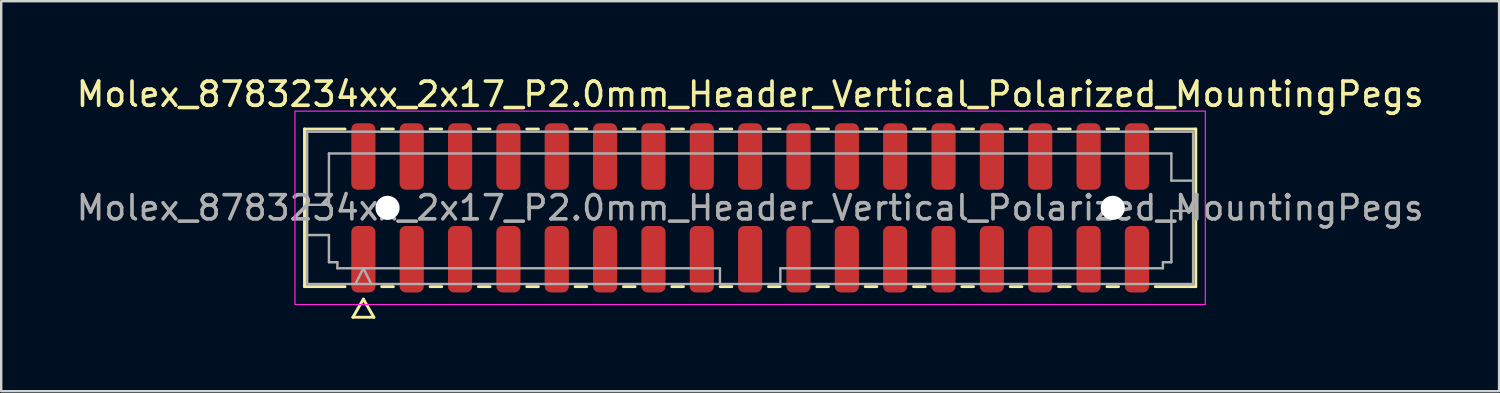
<source format=kicad_pcb>
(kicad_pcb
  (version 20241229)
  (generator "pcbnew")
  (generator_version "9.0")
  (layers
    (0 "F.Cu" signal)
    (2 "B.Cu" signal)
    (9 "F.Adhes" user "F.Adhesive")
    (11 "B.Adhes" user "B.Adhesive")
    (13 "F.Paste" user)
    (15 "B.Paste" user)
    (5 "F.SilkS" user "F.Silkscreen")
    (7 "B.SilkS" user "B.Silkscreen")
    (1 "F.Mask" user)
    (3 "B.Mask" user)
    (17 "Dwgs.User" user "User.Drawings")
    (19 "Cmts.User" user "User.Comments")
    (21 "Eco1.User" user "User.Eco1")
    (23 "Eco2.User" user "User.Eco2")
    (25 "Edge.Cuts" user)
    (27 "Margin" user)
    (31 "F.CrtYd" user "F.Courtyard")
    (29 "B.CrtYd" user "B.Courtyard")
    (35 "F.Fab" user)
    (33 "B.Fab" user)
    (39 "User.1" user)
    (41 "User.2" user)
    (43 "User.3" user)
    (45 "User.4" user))
  (footprint "Molex_8783234xx_2x17_P2.0mm_Header_Vertical_Polarized_MountingPegs"
    (layer "F.Cu")
    (at 27.982 5.548)
    (property "Reference" "Molex_8783234xx_2x17_P2.0mm_Header_Vertical_Polarized_MountingPegs" (at 0 -4.7 0) (layer "F.SilkS") (effects (font (size 1 1) (thickness 0.15))))
    (attr smd)
    (fp_line (start -18.435 -3.26) (end -16.76 -3.26) (stroke (width 0.12) (type solid)) (layer "F.SilkS"))
    (fp_line (start -18.435 3.26) (end -18.435 -3.26) (stroke (width 0.12) (type solid)) (layer "F.SilkS"))
    (fp_line (start -16.76 3.26) (end -18.435 3.26) (stroke (width 0.12) (type solid)) (layer "F.SilkS"))
    (fp_line (start -16.433 4.525) (end -16 3.775) (stroke (width 0.12) (type solid)) (layer "F.SilkS"))
    (fp_line (start -16 3.775) (end -15.567 4.525) (stroke (width 0.12) (type solid)) (layer "F.SilkS"))
    (fp_line (start -15.567 4.525) (end -16.433 4.525) (stroke (width 0.12) (type solid)) (layer "F.SilkS"))
    (fp_line (start -15.24 -3.26) (end -14.76 -3.26) (stroke (width 0.12) (type solid)) (layer "F.SilkS"))
    (fp_line (start -14.76 3.26) (end -15.24 3.26) (stroke (width 0.12) (type solid)) (layer "F.SilkS"))
    (fp_line (start -13.24 -3.26) (end -12.76 -3.26) (stroke (width 0.12) (type solid)) (layer "F.SilkS"))
    (fp_line (start -12.76 3.26) (end -13.24 3.26) (stroke (width 0.12) (type solid)) (layer "F.SilkS"))
    (fp_line (start -11.24 -3.26) (end -10.76 -3.26) (stroke (width 0.12) (type solid)) (layer "F.SilkS"))
    (fp_line (start -10.76 3.26) (end -11.24 3.26) (stroke (width 0.12) (type solid)) (layer "F.SilkS"))
    (fp_line (start -9.24 -3.26) (end -8.76 -3.26) (stroke (width 0.12) (type solid)) (layer "F.SilkS"))
    (fp_line (start -8.76 3.26) (end -9.24 3.26) (stroke (width 0.12) (type solid)) (layer "F.SilkS"))
    (fp_line (start -7.24 -3.26) (end -6.76 -3.26) (stroke (width 0.12) (type solid)) (layer "F.SilkS"))
    (fp_line (start -6.76 3.26) (end -7.24 3.26) (stroke (width 0.12) (type solid)) (layer "F.SilkS"))
    (fp_line (start -5.24 -3.26) (end -4.76 -3.26) (stroke (width 0.12) (type solid)) (layer "F.SilkS"))
    (fp_line (start -4.76 3.26) (end -5.24 3.26) (stroke (width 0.12) (type solid)) (layer "F.SilkS"))
    (fp_line (start -3.24 -3.26) (end -2.76 -3.26) (stroke (width 0.12) (type solid)) (layer "F.SilkS"))
    (fp_line (start -2.76 3.26) (end -3.24 3.26) (stroke (width 0.12) (type solid)) (layer "F.SilkS"))
    (fp_line (start -1.24 -3.26) (end -0.76 -3.26) (stroke (width 0.12) (type solid)) (layer "F.SilkS"))
    (fp_line (start -0.76 3.26) (end -1.24 3.26) (stroke (width 0.12) (type solid)) (layer "F.SilkS"))
    (fp_line (start 0.76 -3.26) (end 1.24 -3.26) (stroke (width 0.12) (type solid)) (layer "F.SilkS"))
    (fp_line (start 1.24 3.26) (end 0.76 3.26) (stroke (width 0.12) (type solid)) (layer "F.SilkS"))
    (fp_line (start 2.76 -3.26) (end 3.24 -3.26) (stroke (width 0.12) (type solid)) (layer "F.SilkS"))
    (fp_line (start 3.24 3.26) (end 2.76 3.26) (stroke (width 0.12) (type solid)) (layer "F.SilkS"))
    (fp_line (start 4.76 -3.26) (end 5.24 -3.26) (stroke (width 0.12) (type solid)) (layer "F.SilkS"))
    (fp_line (start 5.24 3.26) (end 4.76 3.26) (stroke (width 0.12) (type solid)) (layer "F.SilkS"))
    (fp_line (start 6.76 -3.26) (end 7.24 -3.26) (stroke (width 0.12) (type solid)) (layer "F.SilkS"))
    (fp_line (start 7.24 3.26) (end 6.76 3.26) (stroke (width 0.12) (type solid)) (layer "F.SilkS"))
    (fp_line (start 8.76 -3.26) (end 9.24 -3.26) (stroke (width 0.12) (type solid)) (layer "F.SilkS"))
    (fp_line (start 9.24 3.26) (end 8.76 3.26) (stroke (width 0.12) (type solid)) (layer "F.SilkS"))
    (fp_line (start 10.76 -3.26) (end 11.24 -3.26) (stroke (width 0.12) (type solid)) (layer "F.SilkS"))
    (fp_line (start 11.24 3.26) (end 10.76 3.26) (stroke (width 0.12) (type solid)) (layer "F.SilkS"))
    (fp_line (start 12.76 -3.26) (end 13.24 -3.26) (stroke (width 0.12) (type solid)) (layer "F.SilkS"))
    (fp_line (start 13.24 3.26) (end 12.76 3.26) (stroke (width 0.12) (type solid)) (layer "F.SilkS"))
    (fp_line (start 14.76 -3.26) (end 15.24 -3.26) (stroke (width 0.12) (type solid)) (layer "F.SilkS"))
    (fp_line (start 15.24 3.26) (end 14.76 3.26) (stroke (width 0.12) (type solid)) (layer "F.SilkS"))
    (fp_line (start 16.76 -3.26) (end 18.435 -3.26) (stroke (width 0.12) (type solid)) (layer "F.SilkS"))
    (fp_line (start 18.435 -3.26) (end 18.435 3.26) (stroke (width 0.12) (type solid)) (layer "F.SilkS"))
    (fp_line (start 18.435 3.26) (end 16.76 3.26) (stroke (width 0.12) (type solid)) (layer "F.SilkS"))
    (fp_rect (start -18.83 -4) (end 18.83 4) (stroke (width 0.05) (type solid)) (fill no) (layer "F.CrtYd"))
    (fp_line (start -18.325 -3.15) (end 18.325 -3.15) (stroke (width 0.1) (type solid)) (layer "F.Fab"))
    (fp_line (start -18.325 -0.125) (end -17.425 -0.125) (stroke (width 0.1) (type solid)) (layer "F.Fab"))
    (fp_line (start -18.325 1.125) (end -17.425 1.125) (stroke (width 0.1) (type solid)) (layer "F.Fab"))
    (fp_line (start -18.325 3.15) (end -18.325 -3.15) (stroke (width 0.1) (type solid)) (layer "F.Fab"))
    (fp_line (start -17.425 -2.25) (end 17.425 -2.25) (stroke (width 0.1) (type solid)) (layer "F.Fab"))
    (fp_line (start -17.425 -0.125) (end -17.425 -2.25) (stroke (width 0.1) (type solid)) (layer "F.Fab"))
    (fp_line (start -17.425 1.125) (end -17.425 2.25) (stroke (width 0.1) (type solid)) (layer "F.Fab"))
    (fp_line (start -17.425 2.25) (end -17.075 2.25) (stroke (width 0.1) (type solid)) (layer "F.Fab"))
    (fp_line (start -17.075 2.25) (end -17.075 2.5) (stroke (width 0.1) (type solid)) (layer "F.Fab"))
    (fp_line (start -17.075 2.5) (end -1.25 2.5) (stroke (width 0.1) (type solid)) (layer "F.Fab"))
    (fp_line (start -16.325 3.15) (end -16 2.5) (stroke (width 0.1) (type solid)) (layer "F.Fab"))
    (fp_line (start -16 2.5) (end -15.675 3.15) (stroke (width 0.1) (type solid)) (layer "F.Fab"))
    (fp_line (start -1.25 2.5) (end -1.25 3.15) (stroke (width 0.1) (type solid)) (layer "F.Fab"))
    (fp_line (start 1.25 2.5) (end 1.25 3.15) (stroke (width 0.1) (type solid)) (layer "F.Fab"))
    (fp_line (start 1.25 2.5) (end 17.075 2.5) (stroke (width 0.1) (type solid)) (layer "F.Fab"))
    (fp_line (start 17.075 2.25) (end 17.425 2.25) (stroke (width 0.1) (type solid)) (layer "F.Fab"))
    (fp_line (start 17.075 2.5) (end 17.075 2.25) (stroke (width 0.1) (type solid)) (layer "F.Fab"))
    (fp_line (start 17.425 -2.25) (end 17.425 -1.125) (stroke (width 0.1) (type solid)) (layer "F.Fab"))
    (fp_line (start 17.425 -1.125) (end 18.325 -1.125) (stroke (width 0.1) (type solid)) (layer "F.Fab"))
    (fp_line (start 17.425 0.125) (end 18.325 0.125) (stroke (width 0.1) (type solid)) (layer "F.Fab"))
    (fp_line (start 17.425 2.25) (end 17.425 0.125) (stroke (width 0.1) (type solid)) (layer "F.Fab"))
    (fp_line (start 18.325 -3.15) (end 18.325 3.15) (stroke (width 0.1) (type solid)) (layer "F.Fab"))
    (fp_line (start 18.325 3.15) (end -18.325 3.15) (stroke (width 0.1) (type solid)) (layer "F.Fab"))
    (fp_text user "${REFERENCE}" (at 0 0 0) (layer "F.Fab") (effects (font (size 1 1) (thickness 0.15))))
    (pad "" np_thru_hole circle (at -15 0) (size 1 1) (drill 1) (layers "*.Cu" "*.Mask"))
    (pad "" np_thru_hole circle (at 15 0) (size 1 1) (drill 1) (layers "*.Cu" "*.Mask"))
    (pad "1" smd roundrect (at -16 2.125) (size 1 2.75) (layers "F.Cu" "F.Mask" "F.Paste") (roundrect_rratio 0.25))
    (pad "2" smd roundrect (at -16 -2.125) (size 1 2.75) (layers "F.Cu" "F.Mask" "F.Paste") (roundrect_rratio 0.25))
    (pad "3" smd roundrect (at -14 2.125) (size 1 2.75) (layers "F.Cu" "F.Mask" "F.Paste") (roundrect_rratio 0.25))
    (pad "4" smd roundrect (at -14 -2.125) (size 1 2.75) (layers "F.Cu" "F.Mask" "F.Paste") (roundrect_rratio 0.25))
    (pad "5" smd roundrect (at -12 2.125) (size 1 2.75) (layers "F.Cu" "F.Mask" "F.Paste") (roundrect_rratio 0.25))
    (pad "6" smd roundrect (at -12 -2.125) (size 1 2.75) (layers "F.Cu" "F.Mask" "F.Paste") (roundrect_rratio 0.25))
    (pad "7" smd roundrect (at -10 2.125) (size 1 2.75) (layers "F.Cu" "F.Mask" "F.Paste") (roundrect_rratio 0.25))
    (pad "8" smd roundrect (at -10 -2.125) (size 1 2.75) (layers "F.Cu" "F.Mask" "F.Paste") (roundrect_rratio 0.25))
    (pad "9" smd roundrect (at -8 2.125) (size 1 2.75) (layers "F.Cu" "F.Mask" "F.Paste") (roundrect_rratio 0.25))
    (pad "10" smd roundrect (at -8 -2.125) (size 1 2.75) (layers "F.Cu" "F.Mask" "F.Paste") (roundrect_rratio 0.25))
    (pad "11" smd roundrect (at -6 2.125) (size 1 2.75) (layers "F.Cu" "F.Mask" "F.Paste") (roundrect_rratio 0.25))
    (pad "12" smd roundrect (at -6 -2.125) (size 1 2.75) (layers "F.Cu" "F.Mask" "F.Paste") (roundrect_rratio 0.25))
    (pad "13" smd roundrect (at -4 2.125) (size 1 2.75) (layers "F.Cu" "F.Mask" "F.Paste") (roundrect_rratio 0.25))
    (pad "14" smd roundrect (at -4 -2.125) (size 1 2.75) (layers "F.Cu" "F.Mask" "F.Paste") (roundrect_rratio 0.25))
    (pad "15" smd roundrect (at -2 2.125) (size 1 2.75) (layers "F.Cu" "F.Mask" "F.Paste") (roundrect_rratio 0.25))
    (pad "16" smd roundrect (at -2 -2.125) (size 1 2.75) (layers "F.Cu" "F.Mask" "F.Paste") (roundrect_rratio 0.25))
    (pad "17" smd roundrect (at 0 2.125) (size 1 2.75) (layers "F.Cu" "F.Mask" "F.Paste") (roundrect_rratio 0.25))
    (pad "18" smd roundrect (at 0 -2.125) (size 1 2.75) (layers "F.Cu" "F.Mask" "F.Paste") (roundrect_rratio 0.25))
    (pad "19" smd roundrect (at 2 2.125) (size 1 2.75) (layers "F.Cu" "F.Mask" "F.Paste") (roundrect_rratio 0.25))
    (pad "20" smd roundrect (at 2 -2.125) (size 1 2.75) (layers "F.Cu" "F.Mask" "F.Paste") (roundrect_rratio 0.25))
    (pad "21" smd roundrect (at 4 2.125) (size 1 2.75) (layers "F.Cu" "F.Mask" "F.Paste") (roundrect_rratio 0.25))
    (pad "22" smd roundrect (at 4 -2.125) (size 1 2.75) (layers "F.Cu" "F.Mask" "F.Paste") (roundrect_rratio 0.25))
    (pad "23" smd roundrect (at 6 2.125) (size 1 2.75) (layers "F.Cu" "F.Mask" "F.Paste") (roundrect_rratio 0.25))
    (pad "24" smd roundrect (at 6 -2.125) (size 1 2.75) (layers "F.Cu" "F.Mask" "F.Paste") (roundrect_rratio 0.25))
    (pad "25" smd roundrect (at 8 2.125) (size 1 2.75) (layers "F.Cu" "F.Mask" "F.Paste") (roundrect_rratio 0.25))
    (pad "26" smd roundrect (at 8 -2.125) (size 1 2.75) (layers "F.Cu" "F.Mask" "F.Paste") (roundrect_rratio 0.25))
    (pad "27" smd roundrect (at 10 2.125) (size 1 2.75) (layers "F.Cu" "F.Mask" "F.Paste") (roundrect_rratio 0.25))
    (pad "28" smd roundrect (at 10 -2.125) (size 1 2.75) (layers "F.Cu" "F.Mask" "F.Paste") (roundrect_rratio 0.25))
    (pad "29" smd roundrect (at 12 2.125) (size 1 2.75) (layers "F.Cu" "F.Mask" "F.Paste") (roundrect_rratio 0.25))
    (pad "30" smd roundrect (at 12 -2.125) (size 1 2.75) (layers "F.Cu" "F.Mask" "F.Paste") (roundrect_rratio 0.25))
    (pad "31" smd roundrect (at 14 2.125) (size 1 2.75) (layers "F.Cu" "F.Mask" "F.Paste") (roundrect_rratio 0.25))
    (pad "32" smd roundrect (at 14 -2.125) (size 1 2.75) (layers "F.Cu" "F.Mask" "F.Paste") (roundrect_rratio 0.25))
    (pad "33" smd roundrect (at 16 2.125) (size 1 2.75) (layers "F.Cu" "F.Mask" "F.Paste") (roundrect_rratio 0.25))
    (pad "34" smd roundrect (at 16 -2.125) (size 1 2.75) (layers "F.Cu" "F.Mask" "F.Paste") (roundrect_rratio 0.25)))
  (gr_rect
    (start -3 -3)
    (end 58.964 13.133)
    (stroke (width 0.1) (type default))
    (fill no)
    (layer "Edge.Cuts")))
</source>
